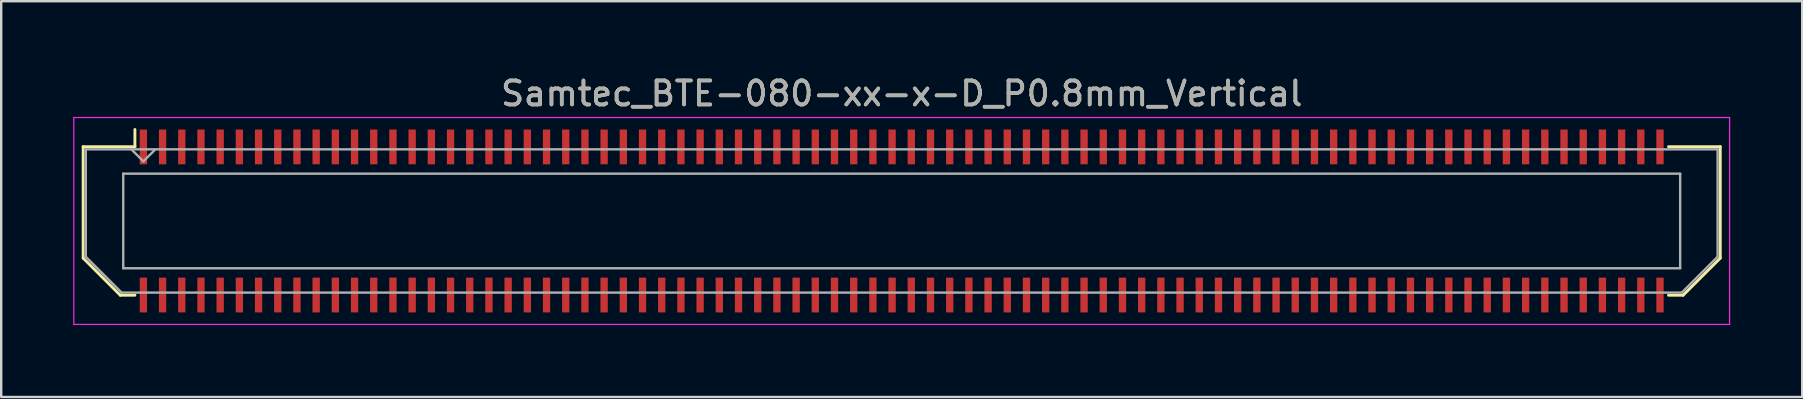
<source format=kicad_pcb>
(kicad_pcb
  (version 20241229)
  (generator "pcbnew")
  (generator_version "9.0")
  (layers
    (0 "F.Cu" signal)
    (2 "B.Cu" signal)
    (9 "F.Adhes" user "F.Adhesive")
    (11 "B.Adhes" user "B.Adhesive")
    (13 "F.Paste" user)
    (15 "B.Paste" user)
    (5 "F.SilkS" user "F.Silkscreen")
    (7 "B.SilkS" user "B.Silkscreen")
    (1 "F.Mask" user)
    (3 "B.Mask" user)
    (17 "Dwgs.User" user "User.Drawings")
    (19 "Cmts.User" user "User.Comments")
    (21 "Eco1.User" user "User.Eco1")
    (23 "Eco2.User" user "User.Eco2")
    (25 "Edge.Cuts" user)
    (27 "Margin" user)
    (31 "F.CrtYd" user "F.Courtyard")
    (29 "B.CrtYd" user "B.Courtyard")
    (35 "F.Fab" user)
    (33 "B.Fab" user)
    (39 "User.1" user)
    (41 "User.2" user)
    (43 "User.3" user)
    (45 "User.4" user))
  (footprint "Samtec_BTE-080-xx-x-D_P0.8mm_Vertical"
    (layer "F.Cu")
    (at 34.525 6.158)
    (property "Reference" "Samtec_BTE-080-xx-x-D_P0.8mm_Vertical" (at 0 -5.31 0) (layer "F.SilkS") (effects (font (size 1 1) (thickness 0.15))))
    (attr smd)
    (fp_line (start -34.11 -3.095) (end -34.11 1.548) (stroke (width 0.12) (type solid)) (layer "F.SilkS"))
    (fp_line (start -34.11 1.548) (end -32.562 3.095) (stroke (width 0.12) (type solid)) (layer "F.SilkS"))
    (fp_line (start -32.562 3.095) (end -31.953 3.095) (stroke (width 0.12) (type solid)) (layer "F.SilkS"))
    (fp_line (start -31.953 -3.811) (end -31.953 -3.095) (stroke (width 0.12) (type solid)) (layer "F.SilkS"))
    (fp_line (start -31.953 -3.095) (end -34.11 -3.095) (stroke (width 0.12) (type solid)) (layer "F.SilkS"))
    (fp_line (start 31.953 -3.095) (end 34.11 -3.095) (stroke (width 0.12) (type solid)) (layer "F.SilkS"))
    (fp_line (start 32.562 3.095) (end 31.953 3.095) (stroke (width 0.12) (type solid)) (layer "F.SilkS"))
    (fp_line (start 34.11 -3.095) (end 34.11 1.548) (stroke (width 0.12) (type solid)) (layer "F.SilkS"))
    (fp_line (start 34.11 1.548) (end 32.562 3.095) (stroke (width 0.12) (type solid)) (layer "F.SilkS"))
    (fp_line (start -34.5 -4.31) (end -34.5 4.31) (stroke (width 0.05) (type solid)) (layer "F.CrtYd"))
    (fp_line (start -34.5 4.31) (end 34.5 4.31) (stroke (width 0.05) (type solid)) (layer "F.CrtYd"))
    (fp_line (start 34.5 -4.31) (end -34.5 -4.31) (stroke (width 0.05) (type solid)) (layer "F.CrtYd"))
    (fp_line (start 34.5 4.31) (end 34.5 -4.31) (stroke (width 0.05) (type solid)) (layer "F.CrtYd"))
    (fp_line (start -34 -2.985) (end -34 1.492) (stroke (width 0.1) (type solid)) (layer "F.Fab"))
    (fp_line (start -34 -2.985) (end 34 -2.985) (stroke (width 0.1) (type solid)) (layer "F.Fab"))
    (fp_line (start -34 1.492) (end -32.508 2.985) (stroke (width 0.1) (type solid)) (layer "F.Fab"))
    (fp_line (start -32.508 2.985) (end 32.508 2.985) (stroke (width 0.1) (type solid)) (layer "F.Fab"))
    (fp_line (start -32.44 -1.97) (end -32.44 1.97) (stroke (width 0.1) (type solid)) (layer "F.Fab"))
    (fp_line (start -32.44 1.97) (end 32.44 1.97) (stroke (width 0.1) (type solid)) (layer "F.Fab"))
    (fp_line (start -31.6 -2.485) (end -32.1 -2.985) (stroke (width 0.1) (type solid)) (layer "F.Fab"))
    (fp_line (start -31.1 -2.985) (end -31.6 -2.485) (stroke (width 0.1) (type solid)) (layer "F.Fab"))
    (fp_line (start 32.44 -1.97) (end -32.44 -1.97) (stroke (width 0.1) (type solid)) (layer "F.Fab"))
    (fp_line (start 32.44 1.97) (end 32.44 -1.97) (stroke (width 0.1) (type solid)) (layer "F.Fab"))
    (fp_line (start 34 -2.985) (end 34 1.492) (stroke (width 0.1) (type solid)) (layer "F.Fab"))
    (fp_line (start 34 1.492) (end 32.508 2.985) (stroke (width 0.1) (type solid)) (layer "F.Fab"))
    (fp_text user "${REFERENCE}" (at 0 -5.31 0) (layer "F.Fab") (effects (font (size 1 1) (thickness 0.15))))
    (pad "1" smd rect (at -31.6 -3.086) (size 0.305 1.45) (layers "F.Cu" "F.Mask" "F.Paste"))
    (pad "2" smd rect (at -31.6 3.086) (size 0.305 1.45) (layers "F.Cu" "F.Mask" "F.Paste"))
    (pad "3" smd rect (at -30.8 -3.086) (size 0.305 1.45) (layers "F.Cu" "F.Mask" "F.Paste"))
    (pad "4" smd rect (at -30.8 3.086) (size 0.305 1.45) (layers "F.Cu" "F.Mask" "F.Paste"))
    (pad "5" smd rect (at -30 -3.086) (size 0.305 1.45) (layers "F.Cu" "F.Mask" "F.Paste"))
    (pad "6" smd rect (at -30 3.086) (size 0.305 1.45) (layers "F.Cu" "F.Mask" "F.Paste"))
    (pad "7" smd rect (at -29.2 -3.086) (size 0.305 1.45) (layers "F.Cu" "F.Mask" "F.Paste"))
    (pad "8" smd rect (at -29.2 3.086) (size 0.305 1.45) (layers "F.Cu" "F.Mask" "F.Paste"))
    (pad "9" smd rect (at -28.4 -3.086) (size 0.305 1.45) (layers "F.Cu" "F.Mask" "F.Paste"))
    (pad "10" smd rect (at -28.4 3.086) (size 0.305 1.45) (layers "F.Cu" "F.Mask" "F.Paste"))
    (pad "11" smd rect (at -27.6 -3.086) (size 0.305 1.45) (layers "F.Cu" "F.Mask" "F.Paste"))
    (pad "12" smd rect (at -27.6 3.086) (size 0.305 1.45) (layers "F.Cu" "F.Mask" "F.Paste"))
    (pad "13" smd rect (at -26.8 -3.086) (size 0.305 1.45) (layers "F.Cu" "F.Mask" "F.Paste"))
    (pad "14" smd rect (at -26.8 3.086) (size 0.305 1.45) (layers "F.Cu" "F.Mask" "F.Paste"))
    (pad "15" smd rect (at -26 -3.086) (size 0.305 1.45) (layers "F.Cu" "F.Mask" "F.Paste"))
    (pad "16" smd rect (at -26 3.086) (size 0.305 1.45) (layers "F.Cu" "F.Mask" "F.Paste"))
    (pad "17" smd rect (at -25.2 -3.086) (size 0.305 1.45) (layers "F.Cu" "F.Mask" "F.Paste"))
    (pad "18" smd rect (at -25.2 3.086) (size 0.305 1.45) (layers "F.Cu" "F.Mask" "F.Paste"))
    (pad "19" smd rect (at -24.4 -3.086) (size 0.305 1.45) (layers "F.Cu" "F.Mask" "F.Paste"))
    (pad "20" smd rect (at -24.4 3.086) (size 0.305 1.45) (layers "F.Cu" "F.Mask" "F.Paste"))
    (pad "21" smd rect (at -23.6 -3.086) (size 0.305 1.45) (layers "F.Cu" "F.Mask" "F.Paste"))
    (pad "22" smd rect (at -23.6 3.086) (size 0.305 1.45) (layers "F.Cu" "F.Mask" "F.Paste"))
    (pad "23" smd rect (at -22.8 -3.086) (size 0.305 1.45) (layers "F.Cu" "F.Mask" "F.Paste"))
    (pad "24" smd rect (at -22.8 3.086) (size 0.305 1.45) (layers "F.Cu" "F.Mask" "F.Paste"))
    (pad "25" smd rect (at -22 -3.086) (size 0.305 1.45) (layers "F.Cu" "F.Mask" "F.Paste"))
    (pad "26" smd rect (at -22 3.086) (size 0.305 1.45) (layers "F.Cu" "F.Mask" "F.Paste"))
    (pad "27" smd rect (at -21.2 -3.086) (size 0.305 1.45) (layers "F.Cu" "F.Mask" "F.Paste"))
    (pad "28" smd rect (at -21.2 3.086) (size 0.305 1.45) (layers "F.Cu" "F.Mask" "F.Paste"))
    (pad "29" smd rect (at -20.4 -3.086) (size 0.305 1.45) (layers "F.Cu" "F.Mask" "F.Paste"))
    (pad "30" smd rect (at -20.4 3.086) (size 0.305 1.45) (layers "F.Cu" "F.Mask" "F.Paste"))
    (pad "31" smd rect (at -19.6 -3.086) (size 0.305 1.45) (layers "F.Cu" "F.Mask" "F.Paste"))
    (pad "32" smd rect (at -19.6 3.086) (size 0.305 1.45) (layers "F.Cu" "F.Mask" "F.Paste"))
    (pad "33" smd rect (at -18.8 -3.086) (size 0.305 1.45) (layers "F.Cu" "F.Mask" "F.Paste"))
    (pad "34" smd rect (at -18.8 3.086) (size 0.305 1.45) (layers "F.Cu" "F.Mask" "F.Paste"))
    (pad "35" smd rect (at -18 -3.086) (size 0.305 1.45) (layers "F.Cu" "F.Mask" "F.Paste"))
    (pad "36" smd rect (at -18 3.086) (size 0.305 1.45) (layers "F.Cu" "F.Mask" "F.Paste"))
    (pad "37" smd rect (at -17.2 -3.086) (size 0.305 1.45) (layers "F.Cu" "F.Mask" "F.Paste"))
    (pad "38" smd rect (at -17.2 3.086) (size 0.305 1.45) (layers "F.Cu" "F.Mask" "F.Paste"))
    (pad "39" smd rect (at -16.4 -3.086) (size 0.305 1.45) (layers "F.Cu" "F.Mask" "F.Paste"))
    (pad "40" smd rect (at -16.4 3.086) (size 0.305 1.45) (layers "F.Cu" "F.Mask" "F.Paste"))
    (pad "41" smd rect (at -15.6 -3.086) (size 0.305 1.45) (layers "F.Cu" "F.Mask" "F.Paste"))
    (pad "42" smd rect (at -15.6 3.086) (size 0.305 1.45) (layers "F.Cu" "F.Mask" "F.Paste"))
    (pad "43" smd rect (at -14.8 -3.086) (size 0.305 1.45) (layers "F.Cu" "F.Mask" "F.Paste"))
    (pad "44" smd rect (at -14.8 3.086) (size 0.305 1.45) (layers "F.Cu" "F.Mask" "F.Paste"))
    (pad "45" smd rect (at -14 -3.086) (size 0.305 1.45) (layers "F.Cu" "F.Mask" "F.Paste"))
    (pad "46" smd rect (at -14 3.086) (size 0.305 1.45) (layers "F.Cu" "F.Mask" "F.Paste"))
    (pad "47" smd rect (at -13.2 -3.086) (size 0.305 1.45) (layers "F.Cu" "F.Mask" "F.Paste"))
    (pad "48" smd rect (at -13.2 3.086) (size 0.305 1.45) (layers "F.Cu" "F.Mask" "F.Paste"))
    (pad "49" smd rect (at -12.4 -3.086) (size 0.305 1.45) (layers "F.Cu" "F.Mask" "F.Paste"))
    (pad "50" smd rect (at -12.4 3.086) (size 0.305 1.45) (layers "F.Cu" "F.Mask" "F.Paste"))
    (pad "51" smd rect (at -11.6 -3.086) (size 0.305 1.45) (layers "F.Cu" "F.Mask" "F.Paste"))
    (pad "52" smd rect (at -11.6 3.086) (size 0.305 1.45) (layers "F.Cu" "F.Mask" "F.Paste"))
    (pad "53" smd rect (at -10.8 -3.086) (size 0.305 1.45) (layers "F.Cu" "F.Mask" "F.Paste"))
    (pad "54" smd rect (at -10.8 3.086) (size 0.305 1.45) (layers "F.Cu" "F.Mask" "F.Paste"))
    (pad "55" smd rect (at -10 -3.086) (size 0.305 1.45) (layers "F.Cu" "F.Mask" "F.Paste"))
    (pad "56" smd rect (at -10 3.086) (size 0.305 1.45) (layers "F.Cu" "F.Mask" "F.Paste"))
    (pad "57" smd rect (at -9.2 -3.086) (size 0.305 1.45) (layers "F.Cu" "F.Mask" "F.Paste"))
    (pad "58" smd rect (at -9.2 3.086) (size 0.305 1.45) (layers "F.Cu" "F.Mask" "F.Paste"))
    (pad "59" smd rect (at -8.4 -3.086) (size 0.305 1.45) (layers "F.Cu" "F.Mask" "F.Paste"))
    (pad "60" smd rect (at -8.4 3.086) (size 0.305 1.45) (layers "F.Cu" "F.Mask" "F.Paste"))
    (pad "61" smd rect (at -7.6 -3.086) (size 0.305 1.45) (layers "F.Cu" "F.Mask" "F.Paste"))
    (pad "62" smd rect (at -7.6 3.086) (size 0.305 1.45) (layers "F.Cu" "F.Mask" "F.Paste"))
    (pad "63" smd rect (at -6.8 -3.086) (size 0.305 1.45) (layers "F.Cu" "F.Mask" "F.Paste"))
    (pad "64" smd rect (at -6.8 3.086) (size 0.305 1.45) (layers "F.Cu" "F.Mask" "F.Paste"))
    (pad "65" smd rect (at -6 -3.086) (size 0.305 1.45) (layers "F.Cu" "F.Mask" "F.Paste"))
    (pad "66" smd rect (at -6 3.086) (size 0.305 1.45) (layers "F.Cu" "F.Mask" "F.Paste"))
    (pad "67" smd rect (at -5.2 -3.086) (size 0.305 1.45) (layers "F.Cu" "F.Mask" "F.Paste"))
    (pad "68" smd rect (at -5.2 3.086) (size 0.305 1.45) (layers "F.Cu" "F.Mask" "F.Paste"))
    (pad "69" smd rect (at -4.4 -3.086) (size 0.305 1.45) (layers "F.Cu" "F.Mask" "F.Paste"))
    (pad "70" smd rect (at -4.4 3.086) (size 0.305 1.45) (layers "F.Cu" "F.Mask" "F.Paste"))
    (pad "71" smd rect (at -3.6 -3.086) (size 0.305 1.45) (layers "F.Cu" "F.Mask" "F.Paste"))
    (pad "72" smd rect (at -3.6 3.086) (size 0.305 1.45) (layers "F.Cu" "F.Mask" "F.Paste"))
    (pad "73" smd rect (at -2.8 -3.086) (size 0.305 1.45) (layers "F.Cu" "F.Mask" "F.Paste"))
    (pad "74" smd rect (at -2.8 3.086) (size 0.305 1.45) (layers "F.Cu" "F.Mask" "F.Paste"))
    (pad "75" smd rect (at -2 -3.086) (size 0.305 1.45) (layers "F.Cu" "F.Mask" "F.Paste"))
    (pad "76" smd rect (at -2 3.086) (size 0.305 1.45) (layers "F.Cu" "F.Mask" "F.Paste"))
    (pad "77" smd rect (at -1.2 -3.086) (size 0.305 1.45) (layers "F.Cu" "F.Mask" "F.Paste"))
    (pad "78" smd rect (at -1.2 3.086) (size 0.305 1.45) (layers "F.Cu" "F.Mask" "F.Paste"))
    (pad "79" smd rect (at -0.4 -3.086) (size 0.305 1.45) (layers "F.Cu" "F.Mask" "F.Paste"))
    (pad "80" smd rect (at -0.4 3.086) (size 0.305 1.45) (layers "F.Cu" "F.Mask" "F.Paste"))
    (pad "81" smd rect (at 0.4 -3.086) (size 0.305 1.45) (layers "F.Cu" "F.Mask" "F.Paste"))
    (pad "82" smd rect (at 0.4 3.086) (size 0.305 1.45) (layers "F.Cu" "F.Mask" "F.Paste"))
    (pad "83" smd rect (at 1.2 -3.086) (size 0.305 1.45) (layers "F.Cu" "F.Mask" "F.Paste"))
    (pad "84" smd rect (at 1.2 3.086) (size 0.305 1.45) (layers "F.Cu" "F.Mask" "F.Paste"))
    (pad "85" smd rect (at 2 -3.086) (size 0.305 1.45) (layers "F.Cu" "F.Mask" "F.Paste"))
    (pad "86" smd rect (at 2 3.086) (size 0.305 1.45) (layers "F.Cu" "F.Mask" "F.Paste"))
    (pad "87" smd rect (at 2.8 -3.086) (size 0.305 1.45) (layers "F.Cu" "F.Mask" "F.Paste"))
    (pad "88" smd rect (at 2.8 3.086) (size 0.305 1.45) (layers "F.Cu" "F.Mask" "F.Paste"))
    (pad "89" smd rect (at 3.6 -3.086) (size 0.305 1.45) (layers "F.Cu" "F.Mask" "F.Paste"))
    (pad "90" smd rect (at 3.6 3.086) (size 0.305 1.45) (layers "F.Cu" "F.Mask" "F.Paste"))
    (pad "91" smd rect (at 4.4 -3.086) (size 0.305 1.45) (layers "F.Cu" "F.Mask" "F.Paste"))
    (pad "92" smd rect (at 4.4 3.086) (size 0.305 1.45) (layers "F.Cu" "F.Mask" "F.Paste"))
    (pad "93" smd rect (at 5.2 -3.086) (size 0.305 1.45) (layers "F.Cu" "F.Mask" "F.Paste"))
    (pad "94" smd rect (at 5.2 3.086) (size 0.305 1.45) (layers "F.Cu" "F.Mask" "F.Paste"))
    (pad "95" smd rect (at 6 -3.086) (size 0.305 1.45) (layers "F.Cu" "F.Mask" "F.Paste"))
    (pad "96" smd rect (at 6 3.086) (size 0.305 1.45) (layers "F.Cu" "F.Mask" "F.Paste"))
    (pad "97" smd rect (at 6.8 -3.086) (size 0.305 1.45) (layers "F.Cu" "F.Mask" "F.Paste"))
    (pad "98" smd rect (at 6.8 3.086) (size 0.305 1.45) (layers "F.Cu" "F.Mask" "F.Paste"))
    (pad "99" smd rect (at 7.6 -3.086) (size 0.305 1.45) (layers "F.Cu" "F.Mask" "F.Paste"))
    (pad "100" smd rect (at 7.6 3.086) (size 0.305 1.45) (layers "F.Cu" "F.Mask" "F.Paste"))
    (pad "101" smd rect (at 8.4 -3.086) (size 0.305 1.45) (layers "F.Cu" "F.Mask" "F.Paste"))
    (pad "102" smd rect (at 8.4 3.086) (size 0.305 1.45) (layers "F.Cu" "F.Mask" "F.Paste"))
    (pad "103" smd rect (at 9.2 -3.086) (size 0.305 1.45) (layers "F.Cu" "F.Mask" "F.Paste"))
    (pad "104" smd rect (at 9.2 3.086) (size 0.305 1.45) (layers "F.Cu" "F.Mask" "F.Paste"))
    (pad "105" smd rect (at 10 -3.086) (size 0.305 1.45) (layers "F.Cu" "F.Mask" "F.Paste"))
    (pad "106" smd rect (at 10 3.086) (size 0.305 1.45) (layers "F.Cu" "F.Mask" "F.Paste"))
    (pad "107" smd rect (at 10.8 -3.086) (size 0.305 1.45) (layers "F.Cu" "F.Mask" "F.Paste"))
    (pad "108" smd rect (at 10.8 3.086) (size 0.305 1.45) (layers "F.Cu" "F.Mask" "F.Paste"))
    (pad "109" smd rect (at 11.6 -3.086) (size 0.305 1.45) (layers "F.Cu" "F.Mask" "F.Paste"))
    (pad "110" smd rect (at 11.6 3.086) (size 0.305 1.45) (layers "F.Cu" "F.Mask" "F.Paste"))
    (pad "111" smd rect (at 12.4 -3.086) (size 0.305 1.45) (layers "F.Cu" "F.Mask" "F.Paste"))
    (pad "112" smd rect (at 12.4 3.086) (size 0.305 1.45) (layers "F.Cu" "F.Mask" "F.Paste"))
    (pad "113" smd rect (at 13.2 -3.086) (size 0.305 1.45) (layers "F.Cu" "F.Mask" "F.Paste"))
    (pad "114" smd rect (at 13.2 3.086) (size 0.305 1.45) (layers "F.Cu" "F.Mask" "F.Paste"))
    (pad "115" smd rect (at 14 -3.086) (size 0.305 1.45) (layers "F.Cu" "F.Mask" "F.Paste"))
    (pad "116" smd rect (at 14 3.086) (size 0.305 1.45) (layers "F.Cu" "F.Mask" "F.Paste"))
    (pad "117" smd rect (at 14.8 -3.086) (size 0.305 1.45) (layers "F.Cu" "F.Mask" "F.Paste"))
    (pad "118" smd rect (at 14.8 3.086) (size 0.305 1.45) (layers "F.Cu" "F.Mask" "F.Paste"))
    (pad "119" smd rect (at 15.6 -3.086) (size 0.305 1.45) (layers "F.Cu" "F.Mask" "F.Paste"))
    (pad "120" smd rect (at 15.6 3.086) (size 0.305 1.45) (layers "F.Cu" "F.Mask" "F.Paste"))
    (pad "121" smd rect (at 16.4 -3.086) (size 0.305 1.45) (layers "F.Cu" "F.Mask" "F.Paste"))
    (pad "122" smd rect (at 16.4 3.086) (size 0.305 1.45) (layers "F.Cu" "F.Mask" "F.Paste"))
    (pad "123" smd rect (at 17.2 -3.086) (size 0.305 1.45) (layers "F.Cu" "F.Mask" "F.Paste"))
    (pad "124" smd rect (at 17.2 3.086) (size 0.305 1.45) (layers "F.Cu" "F.Mask" "F.Paste"))
    (pad "125" smd rect (at 18 -3.086) (size 0.305 1.45) (layers "F.Cu" "F.Mask" "F.Paste"))
    (pad "126" smd rect (at 18 3.086) (size 0.305 1.45) (layers "F.Cu" "F.Mask" "F.Paste"))
    (pad "127" smd rect (at 18.8 -3.086) (size 0.305 1.45) (layers "F.Cu" "F.Mask" "F.Paste"))
    (pad "128" smd rect (at 18.8 3.086) (size 0.305 1.45) (layers "F.Cu" "F.Mask" "F.Paste"))
    (pad "129" smd rect (at 19.6 -3.086) (size 0.305 1.45) (layers "F.Cu" "F.Mask" "F.Paste"))
    (pad "130" smd rect (at 19.6 3.086) (size 0.305 1.45) (layers "F.Cu" "F.Mask" "F.Paste"))
    (pad "131" smd rect (at 20.4 -3.086) (size 0.305 1.45) (layers "F.Cu" "F.Mask" "F.Paste"))
    (pad "132" smd rect (at 20.4 3.086) (size 0.305 1.45) (layers "F.Cu" "F.Mask" "F.Paste"))
    (pad "133" smd rect (at 21.2 -3.086) (size 0.305 1.45) (layers "F.Cu" "F.Mask" "F.Paste"))
    (pad "134" smd rect (at 21.2 3.086) (size 0.305 1.45) (layers "F.Cu" "F.Mask" "F.Paste"))
    (pad "135" smd rect (at 22 -3.086) (size 0.305 1.45) (layers "F.Cu" "F.Mask" "F.Paste"))
    (pad "136" smd rect (at 22 3.086) (size 0.305 1.45) (layers "F.Cu" "F.Mask" "F.Paste"))
    (pad "137" smd rect (at 22.8 -3.086) (size 0.305 1.45) (layers "F.Cu" "F.Mask" "F.Paste"))
    (pad "138" smd rect (at 22.8 3.086) (size 0.305 1.45) (layers "F.Cu" "F.Mask" "F.Paste"))
    (pad "139" smd rect (at 23.6 -3.086) (size 0.305 1.45) (layers "F.Cu" "F.Mask" "F.Paste"))
    (pad "140" smd rect (at 23.6 3.086) (size 0.305 1.45) (layers "F.Cu" "F.Mask" "F.Paste"))
    (pad "141" smd rect (at 24.4 -3.086) (size 0.305 1.45) (layers "F.Cu" "F.Mask" "F.Paste"))
    (pad "142" smd rect (at 24.4 3.086) (size 0.305 1.45) (layers "F.Cu" "F.Mask" "F.Paste"))
    (pad "143" smd rect (at 25.2 -3.086) (size 0.305 1.45) (layers "F.Cu" "F.Mask" "F.Paste"))
    (pad "144" smd rect (at 25.2 3.086) (size 0.305 1.45) (layers "F.Cu" "F.Mask" "F.Paste"))
    (pad "145" smd rect (at 26 -3.086) (size 0.305 1.45) (layers "F.Cu" "F.Mask" "F.Paste"))
    (pad "146" smd rect (at 26 3.086) (size 0.305 1.45) (layers "F.Cu" "F.Mask" "F.Paste"))
    (pad "147" smd rect (at 26.8 -3.086) (size 0.305 1.45) (layers "F.Cu" "F.Mask" "F.Paste"))
    (pad "148" smd rect (at 26.8 3.086) (size 0.305 1.45) (layers "F.Cu" "F.Mask" "F.Paste"))
    (pad "149" smd rect (at 27.6 -3.086) (size 0.305 1.45) (layers "F.Cu" "F.Mask" "F.Paste"))
    (pad "150" smd rect (at 27.6 3.086) (size 0.305 1.45) (layers "F.Cu" "F.Mask" "F.Paste"))
    (pad "151" smd rect (at 28.4 -3.086) (size 0.305 1.45) (layers "F.Cu" "F.Mask" "F.Paste"))
    (pad "152" smd rect (at 28.4 3.086) (size 0.305 1.45) (layers "F.Cu" "F.Mask" "F.Paste"))
    (pad "153" smd rect (at 29.2 -3.086) (size 0.305 1.45) (layers "F.Cu" "F.Mask" "F.Paste"))
    (pad "154" smd rect (at 29.2 3.086) (size 0.305 1.45) (layers "F.Cu" "F.Mask" "F.Paste"))
    (pad "155" smd rect (at 30 -3.086) (size 0.305 1.45) (layers "F.Cu" "F.Mask" "F.Paste"))
    (pad "156" smd rect (at 30 3.086) (size 0.305 1.45) (layers "F.Cu" "F.Mask" "F.Paste"))
    (pad "157" smd rect (at 30.8 -3.086) (size 0.305 1.45) (layers "F.Cu" "F.Mask" "F.Paste"))
    (pad "158" smd rect (at 30.8 3.086) (size 0.305 1.45) (layers "F.Cu" "F.Mask" "F.Paste"))
    (pad "159" smd rect (at 31.6 -3.086) (size 0.305 1.45) (layers "F.Cu" "F.Mask" "F.Paste"))
    (pad "160" smd rect (at 31.6 3.086) (size 0.305 1.45) (layers "F.Cu" "F.Mask" "F.Paste")))
  (gr_rect
    (start -3 -3)
    (end 72.05 13.493)
    (stroke (width 0.1) (type default))
    (fill no)
    (layer "Edge.Cuts")))
</source>
